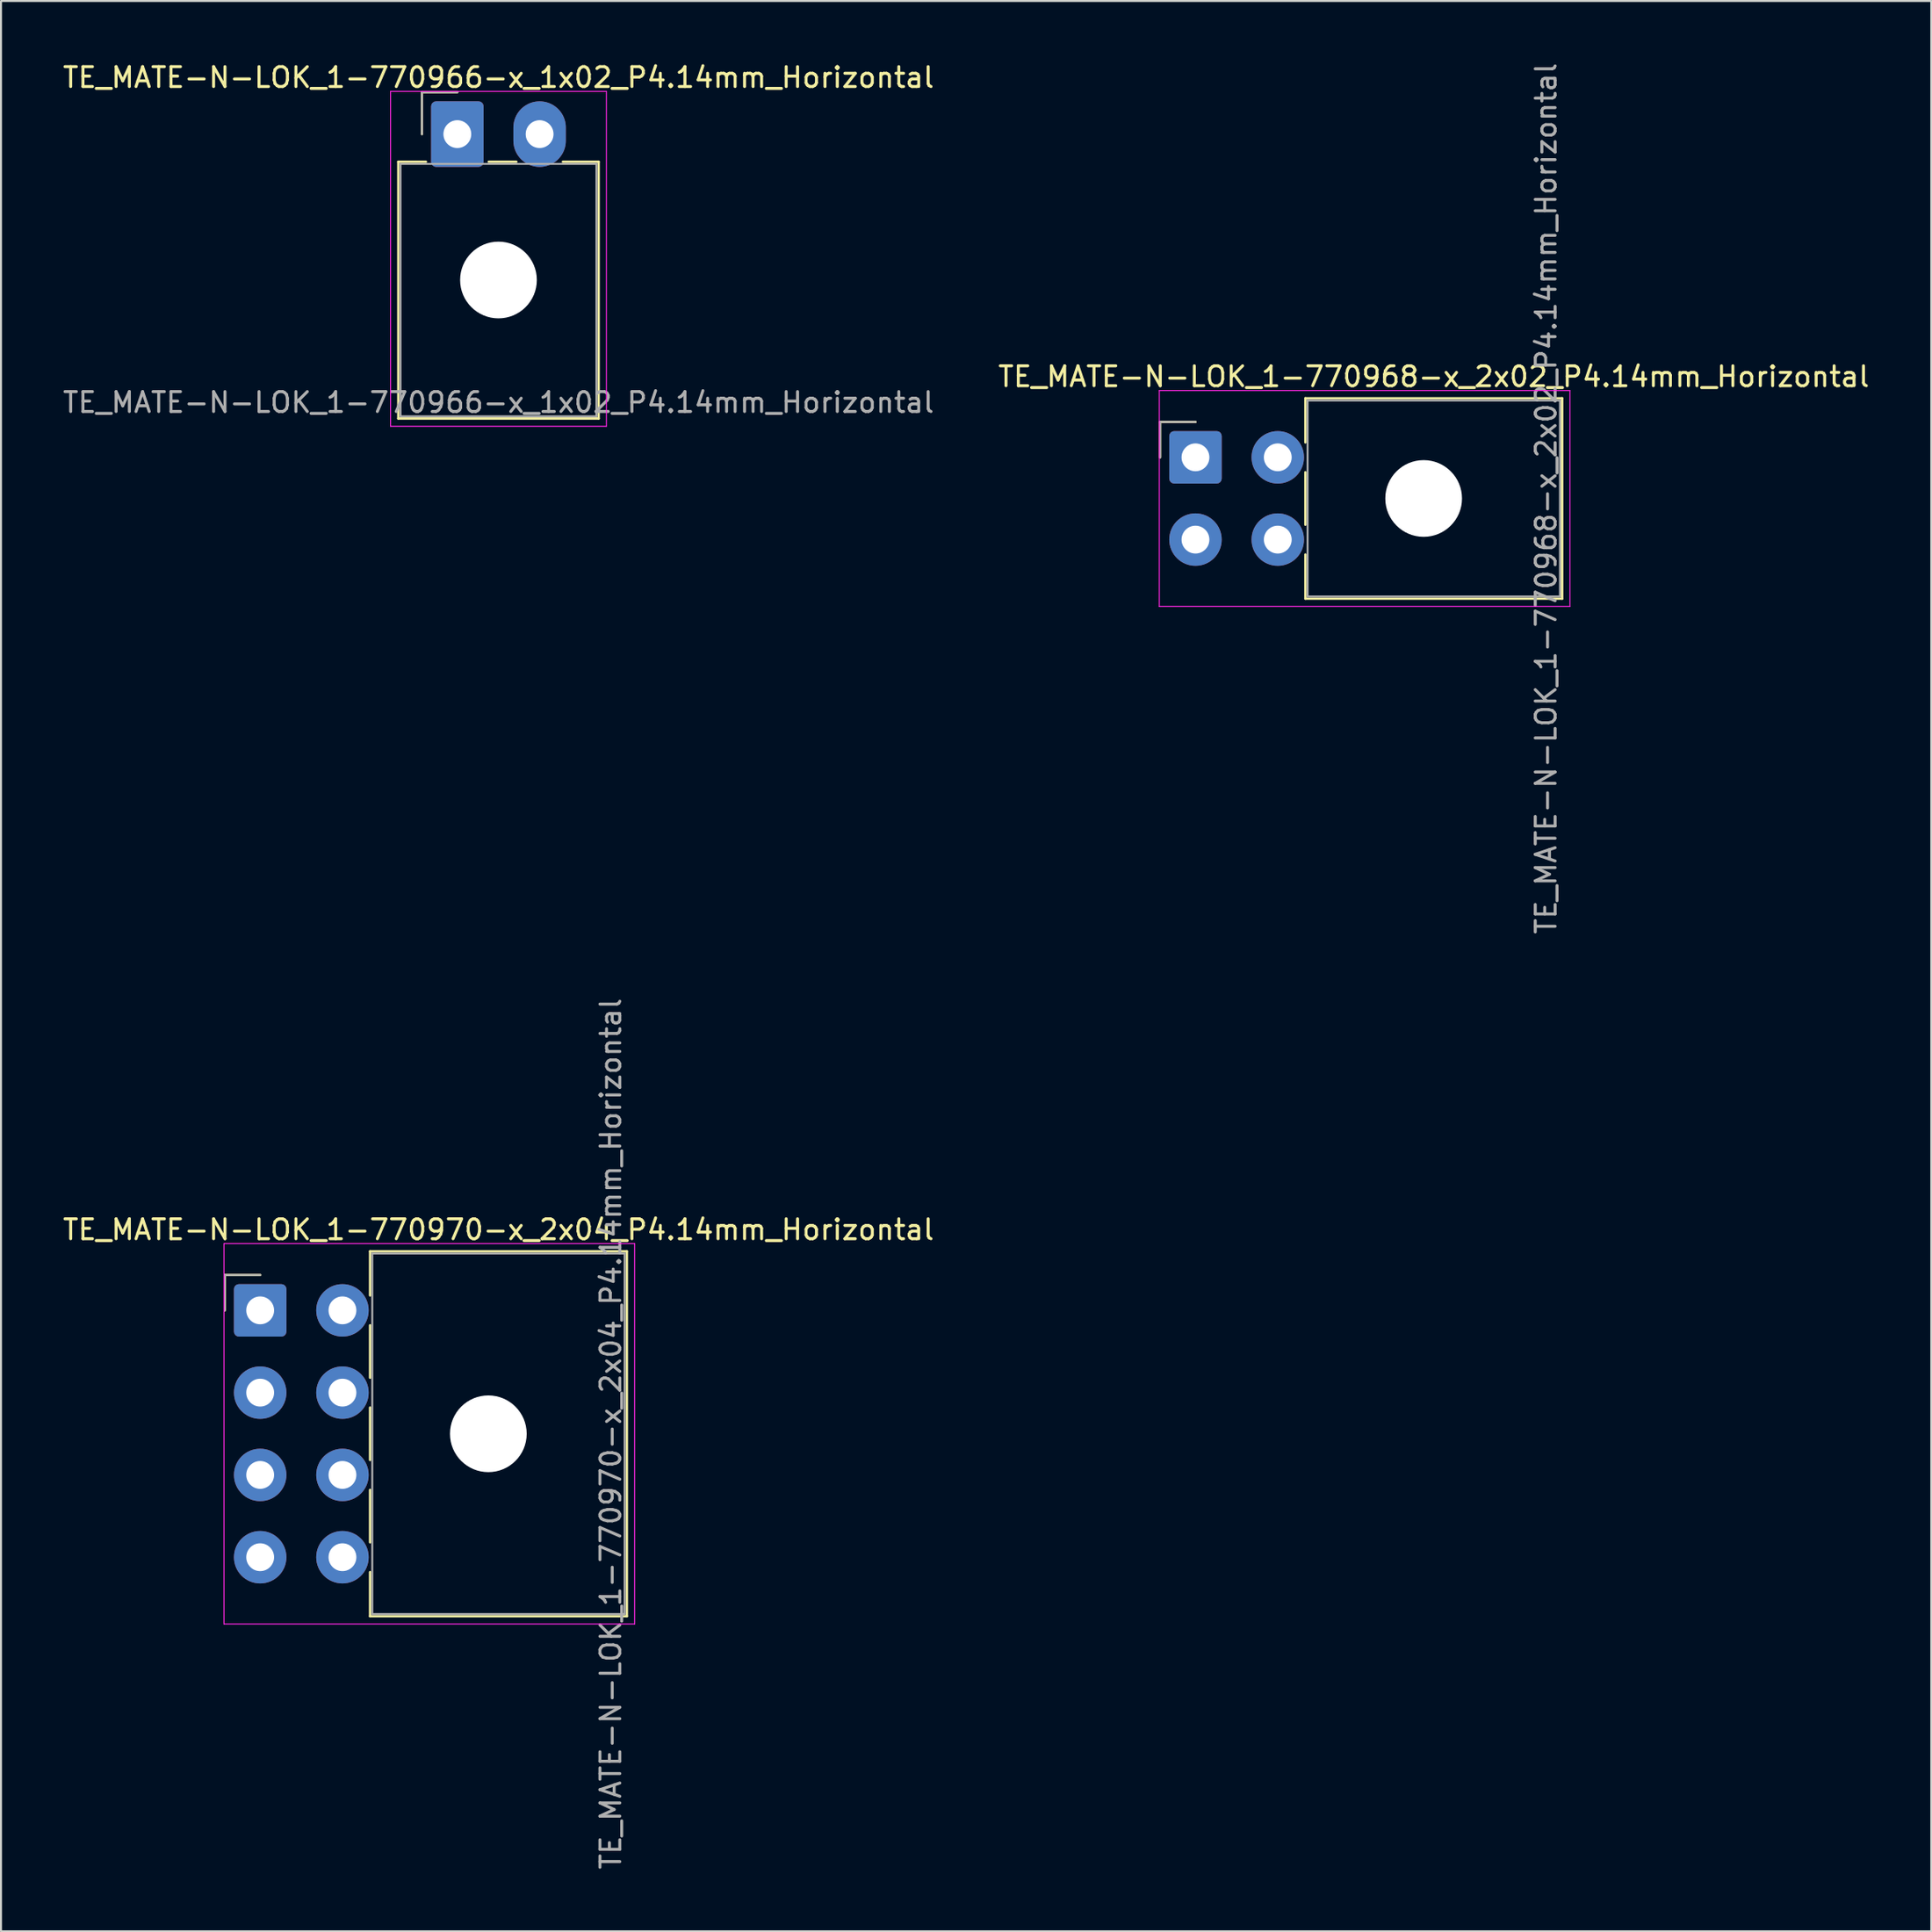
<source format=kicad_pcb>
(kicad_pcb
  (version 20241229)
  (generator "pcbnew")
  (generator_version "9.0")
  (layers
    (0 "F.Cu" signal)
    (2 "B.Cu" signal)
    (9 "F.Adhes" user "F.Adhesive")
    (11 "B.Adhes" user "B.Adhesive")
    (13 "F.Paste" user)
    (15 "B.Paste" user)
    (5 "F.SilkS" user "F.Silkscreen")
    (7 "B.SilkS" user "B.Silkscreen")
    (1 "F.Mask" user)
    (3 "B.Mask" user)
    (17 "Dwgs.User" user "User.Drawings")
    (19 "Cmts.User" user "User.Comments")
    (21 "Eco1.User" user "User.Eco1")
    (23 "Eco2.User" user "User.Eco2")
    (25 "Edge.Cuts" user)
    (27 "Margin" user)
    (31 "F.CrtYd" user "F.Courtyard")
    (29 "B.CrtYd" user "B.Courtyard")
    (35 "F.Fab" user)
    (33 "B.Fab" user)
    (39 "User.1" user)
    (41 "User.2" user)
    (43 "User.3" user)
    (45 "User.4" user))
  (footprint "TE_MATE-N-LOK_1-770968-x_2x02_P4.14mm_Horizontal"
    (layer "F.Cu")
    (at 57.099 19.96)
    (property "Reference" "TE_MATE-N-LOK_1-770968-x_2x02_P4.14mm_Horizontal" (at 11.99 -4.06 0) (layer "F.SilkS") (effects (font (size 1 1) (thickness 0.15))))
    (attr through_hole)
    (fp_line (start -1.78 -1.78) (end -1.78 0) (stroke (width 0.12) (type solid)) (layer "F.SilkS"))
    (fp_line (start 0 -1.78) (end -1.78 -1.78) (stroke (width 0.12) (type solid)) (layer "F.SilkS"))
    (fp_line (start 5.53 -2.97) (end 18.45 -2.97) (stroke (width 0.12) (type solid)) (layer "F.SilkS"))
    (fp_line (start 5.53 -0.751) (end 5.53 -2.97) (stroke (width 0.12) (type solid)) (layer "F.SilkS"))
    (fp_line (start 5.53 0.751) (end 5.53 3.389) (stroke (width 0.12) (type solid)) (layer "F.SilkS"))
    (fp_line (start 5.53 7.11) (end 5.53 4.891) (stroke (width 0.12) (type solid)) (layer "F.SilkS"))
    (fp_line (start 18.45 -2.97) (end 18.45 7.11) (stroke (width 0.12) (type solid)) (layer "F.SilkS"))
    (fp_line (start 18.45 7.11) (end 5.53 7.11) (stroke (width 0.12) (type solid)) (layer "F.SilkS"))
    (fp_line (start -1.82 -3.36) (end -1.82 7.5) (stroke (width 0.05) (type solid)) (layer "F.CrtYd"))
    (fp_line (start -1.82 7.5) (end 18.84 7.5) (stroke (width 0.05) (type solid)) (layer "F.CrtYd"))
    (fp_line (start 18.84 -3.36) (end -1.82 -3.36) (stroke (width 0.05) (type solid)) (layer "F.CrtYd"))
    (fp_line (start 18.84 7.5) (end 18.84 -3.36) (stroke (width 0.05) (type solid)) (layer "F.CrtYd"))
    (fp_line (start -1.78 -1.78) (end -1.78 0) (stroke (width 0.1) (type solid)) (layer "F.Fab"))
    (fp_line (start 0 -1.78) (end -1.78 -1.78) (stroke (width 0.1) (type solid)) (layer "F.Fab"))
    (fp_line (start 5.64 -2.86) (end 5.64 7) (stroke (width 0.1) (type solid)) (layer "F.Fab"))
    (fp_line (start 5.64 7) (end 18.34 7) (stroke (width 0.1) (type solid)) (layer "F.Fab"))
    (fp_line (start 18.34 -2.86) (end 5.64 -2.86) (stroke (width 0.1) (type solid)) (layer "F.Fab"))
    (fp_line (start 18.34 7) (end 18.34 -2.86) (stroke (width 0.1) (type solid)) (layer "F.Fab"))
    (fp_text user "${REFERENCE}" (at 17.64 2.07 90) (layer "F.Fab") (effects (font (size 1 1) (thickness 0.15))))
    (pad "" np_thru_hole circle (at 11.48 2.07) (size 3.86 3.86) (drill 3.86) (layers "*.Cu" "*.Mask"))
    (pad "1" thru_hole roundrect (at 0 0) (size 2.64 2.64) (drill 1.4) (layers "*.Cu" "*.Mask") (roundrect_rratio 0.095))
    (pad "2" thru_hole circle (at 0 4.14) (size 2.64 2.64) (drill 1.4) (layers "*.Cu" "*.Mask"))
    (pad "3" thru_hole circle (at 4.14 0) (size 2.64 2.64) (drill 1.4) (layers "*.Cu" "*.Mask"))
    (pad "4" thru_hole circle (at 4.14 4.14) (size 2.64 2.64) (drill 1.4) (layers "*.Cu" "*.Mask")))
  (footprint "TE_MATE-N-LOK_1-770970-x_2x04_P4.14mm_Horizontal"
    (layer "F.Cu")
    (at 10.04 62.879)
    (property "Reference" "TE_MATE-N-LOK_1-770970-x_2x04_P4.14mm_Horizontal" (at 11.99 -4.06 0) (layer "F.SilkS") (effects (font (size 1 1) (thickness 0.15))))
    (attr through_hole)
    (fp_line (start -1.78 -1.78) (end -1.78 0) (stroke (width 0.12) (type solid)) (layer "F.SilkS"))
    (fp_line (start 0 -1.78) (end -1.78 -1.78) (stroke (width 0.12) (type solid)) (layer "F.SilkS"))
    (fp_line (start 5.53 -2.97) (end 18.45 -2.97) (stroke (width 0.12) (type solid)) (layer "F.SilkS"))
    (fp_line (start 5.53 -0.751) (end 5.53 -2.97) (stroke (width 0.12) (type solid)) (layer "F.SilkS"))
    (fp_line (start 5.53 0.751) (end 5.53 3.389) (stroke (width 0.12) (type solid)) (layer "F.SilkS"))
    (fp_line (start 5.53 4.891) (end 5.53 7.529) (stroke (width 0.12) (type solid)) (layer "F.SilkS"))
    (fp_line (start 5.53 9.031) (end 5.53 11.669) (stroke (width 0.12) (type solid)) (layer "F.SilkS"))
    (fp_line (start 5.53 15.39) (end 5.53 13.171) (stroke (width 0.12) (type solid)) (layer "F.SilkS"))
    (fp_line (start 18.45 -2.97) (end 18.45 15.39) (stroke (width 0.12) (type solid)) (layer "F.SilkS"))
    (fp_line (start 18.45 15.39) (end 5.53 15.39) (stroke (width 0.12) (type solid)) (layer "F.SilkS"))
    (fp_line (start -1.82 -3.36) (end -1.82 15.78) (stroke (width 0.05) (type solid)) (layer "F.CrtYd"))
    (fp_line (start -1.82 15.78) (end 18.84 15.78) (stroke (width 0.05) (type solid)) (layer "F.CrtYd"))
    (fp_line (start 18.84 -3.36) (end -1.82 -3.36) (stroke (width 0.05) (type solid)) (layer "F.CrtYd"))
    (fp_line (start 18.84 15.78) (end 18.84 -3.36) (stroke (width 0.05) (type solid)) (layer "F.CrtYd"))
    (fp_line (start -1.78 -1.78) (end -1.78 0) (stroke (width 0.1) (type solid)) (layer "F.Fab"))
    (fp_line (start 0 -1.78) (end -1.78 -1.78) (stroke (width 0.1) (type solid)) (layer "F.Fab"))
    (fp_line (start 5.64 -2.86) (end 5.64 15.28) (stroke (width 0.1) (type solid)) (layer "F.Fab"))
    (fp_line (start 5.64 15.28) (end 18.34 15.28) (stroke (width 0.1) (type solid)) (layer "F.Fab"))
    (fp_line (start 18.34 -2.86) (end 5.64 -2.86) (stroke (width 0.1) (type solid)) (layer "F.Fab"))
    (fp_line (start 18.34 15.28) (end 18.34 -2.86) (stroke (width 0.1) (type solid)) (layer "F.Fab"))
    (fp_text user "${REFERENCE}" (at 17.64 6.21 90) (layer "F.Fab") (effects (font (size 1 1) (thickness 0.15))))
    (pad "" np_thru_hole circle (at 11.48 6.21) (size 3.86 3.86) (drill 3.86) (layers "*.Cu" "*.Mask"))
    (pad "1" thru_hole roundrect (at 0 0) (size 2.64 2.64) (drill 1.4) (layers "*.Cu" "*.Mask") (roundrect_rratio 0.095))
    (pad "2" thru_hole circle (at 0 4.14) (size 2.64 2.64) (drill 1.4) (layers "*.Cu" "*.Mask"))
    (pad "3" thru_hole circle (at 0 8.28) (size 2.64 2.64) (drill 1.4) (layers "*.Cu" "*.Mask"))
    (pad "4" thru_hole circle (at 0 12.42) (size 2.64 2.64) (drill 1.4) (layers "*.Cu" "*.Mask"))
    (pad "5" thru_hole circle (at 4.14 0) (size 2.64 2.64) (drill 1.4) (layers "*.Cu" "*.Mask"))
    (pad "6" thru_hole circle (at 4.14 4.14) (size 2.64 2.64) (drill 1.4) (layers "*.Cu" "*.Mask"))
    (pad "7" thru_hole circle (at 4.14 8.28) (size 2.64 2.64) (drill 1.4) (layers "*.Cu" "*.Mask"))
    (pad "8" thru_hole circle (at 4.14 12.42) (size 2.64 2.64) (drill 1.4) (layers "*.Cu" "*.Mask")))
  (footprint "TE_MATE-N-LOK_1-770966-x_1x02_P4.14mm_Horizontal"
    (layer "F.Cu")
    (at 19.96 3.698)
    (property "Reference" "TE_MATE-N-LOK_1-770966-x_1x02_P4.14mm_Horizontal" (at 2.07 -2.85 0) (layer "F.SilkS") (effects (font (size 1 1) (thickness 0.15))))
    (attr through_hole)
    (fp_line (start -2.97 1.39) (end -2.97 14.31) (stroke (width 0.12) (type solid)) (layer "F.SilkS"))
    (fp_line (start -2.97 14.31) (end 7.11 14.31) (stroke (width 0.12) (type solid)) (layer "F.SilkS"))
    (fp_line (start -1.78 -2.11) (end -1.78 0) (stroke (width 0.12) (type solid)) (layer "F.SilkS"))
    (fp_line (start -1.58 1.39) (end -2.97 1.39) (stroke (width 0.12) (type solid)) (layer "F.SilkS"))
    (fp_line (start 0 -2.11) (end -1.78 -2.11) (stroke (width 0.12) (type solid)) (layer "F.SilkS"))
    (fp_line (start 1.58 1.39) (end 2.968 1.39) (stroke (width 0.12) (type solid)) (layer "F.SilkS"))
    (fp_line (start 7.11 1.39) (end 5.312 1.39) (stroke (width 0.12) (type solid)) (layer "F.SilkS"))
    (fp_line (start 7.11 14.31) (end 7.11 1.39) (stroke (width 0.12) (type solid)) (layer "F.SilkS"))
    (fp_line (start -3.36 -2.15) (end -3.36 14.7) (stroke (width 0.05) (type solid)) (layer "F.CrtYd"))
    (fp_line (start -3.36 14.7) (end 7.5 14.7) (stroke (width 0.05) (type solid)) (layer "F.CrtYd"))
    (fp_line (start 7.5 -2.15) (end -3.36 -2.15) (stroke (width 0.05) (type solid)) (layer "F.CrtYd"))
    (fp_line (start 7.5 14.7) (end 7.5 -2.15) (stroke (width 0.05) (type solid)) (layer "F.CrtYd"))
    (fp_line (start -2.86 1.5) (end -2.86 14.2) (stroke (width 0.1) (type solid)) (layer "F.Fab"))
    (fp_line (start -2.86 14.2) (end 7 14.2) (stroke (width 0.1) (type solid)) (layer "F.Fab"))
    (fp_line (start -1.78 -2.11) (end -1.78 0) (stroke (width 0.1) (type solid)) (layer "F.Fab"))
    (fp_line (start 0 -2.11) (end -1.78 -2.11) (stroke (width 0.1) (type solid)) (layer "F.Fab"))
    (fp_line (start 7 1.5) (end -2.86 1.5) (stroke (width 0.1) (type solid)) (layer "F.Fab"))
    (fp_line (start 7 14.2) (end 7 1.5) (stroke (width 0.1) (type solid)) (layer "F.Fab"))
    (fp_text user "${REFERENCE}" (at 2.07 13.5 0) (layer "F.Fab") (effects (font (size 1 1) (thickness 0.15))))
    (pad "" np_thru_hole circle (at 2.07 7.34) (size 3.86 3.86) (drill 3.86) (layers "*.Cu" "*.Mask"))
    (pad "1" thru_hole roundrect (at 0 0) (size 2.64 3.3) (drill 1.4) (layers "*.Cu" "*.Mask") (roundrect_rratio 0.095))
    (pad "2" thru_hole oval (at 4.14 0) (size 2.64 3.3) (drill 1.4) (layers "*.Cu" "*.Mask")))
  (gr_rect
    (start -3 -3)
    (end 94.119 94.119)
    (stroke (width 0.1) (type default))
    (fill no)
    (layer "Edge.Cuts")))
</source>
